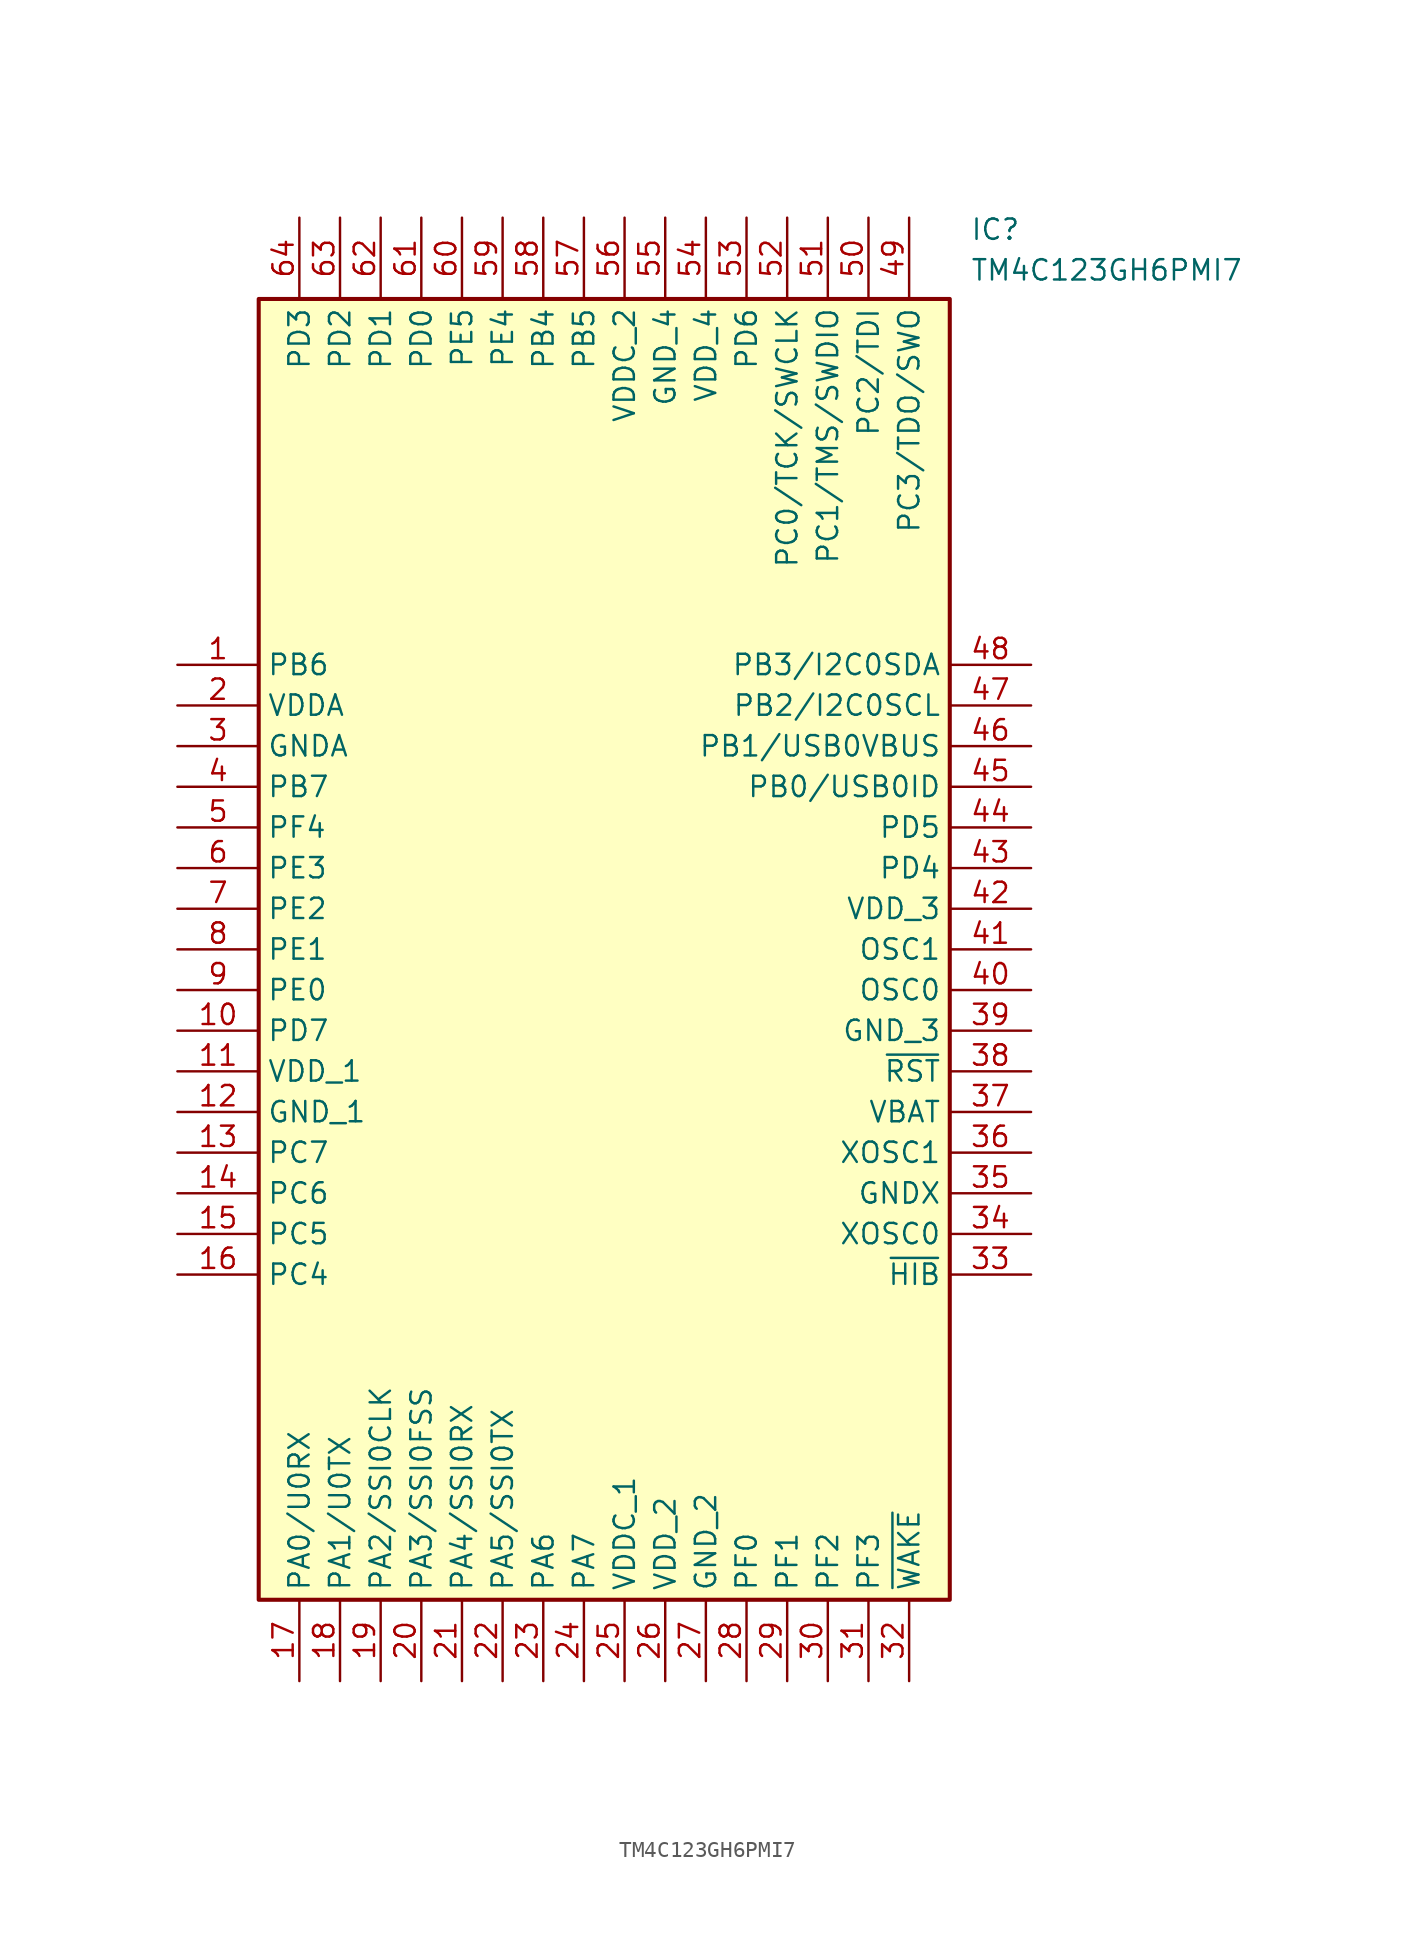
<source format=kicad_sym>
(kicad_symbol_lib
  (version 20211014)
  (generator SamacSys_ECAD_Model)
  (symbol "TM4C123GH6PMI7"
    (property "Reference" "IC"
      (at 49.53 27.94 0)
      (effects (font (size 1.27 1.27)) (justify left top)))
    (property "Value" "TM4C123GH6PMI7"
      (at 49.53 25.4 0)
      (effects (font (size 1.27 1.27)) (justify left top)))
    (rectangle
      (start 5.08 22.86)
      (end 48.26 -58.42)
      (stroke (width 0.254) (type default))
      (fill (type background)))
    (pin passive line
      (at 0 0 0)
      (length 5.08)
      (name "PB6" (effects (font (size 1.27 1.27))))
      (number "1" (effects (font (size 1.27 1.27)))))
    (pin passive line
      (at 0 -2.54 0)
      (length 5.08)
      (name "VDDA" (effects (font (size 1.27 1.27))))
      (number "2" (effects (font (size 1.27 1.27)))))
    (pin passive line
      (at 0 -5.08 0)
      (length 5.08)
      (name "GNDA" (effects (font (size 1.27 1.27))))
      (number "3" (effects (font (size 1.27 1.27)))))
    (pin passive line
      (at 0 -7.62 0)
      (length 5.08)
      (name "PB7" (effects (font (size 1.27 1.27))))
      (number "4" (effects (font (size 1.27 1.27)))))
    (pin passive line
      (at 0 -10.16 0)
      (length 5.08)
      (name "PF4" (effects (font (size 1.27 1.27))))
      (number "5" (effects (font (size 1.27 1.27)))))
    (pin passive line
      (at 0 -12.7 0)
      (length 5.08)
      (name "PE3" (effects (font (size 1.27 1.27))))
      (number "6" (effects (font (size 1.27 1.27)))))
    (pin passive line
      (at 0 -15.24 0)
      (length 5.08)
      (name "PE2" (effects (font (size 1.27 1.27))))
      (number "7" (effects (font (size 1.27 1.27)))))
    (pin passive line
      (at 0 -17.78 0)
      (length 5.08)
      (name "PE1" (effects (font (size 1.27 1.27))))
      (number "8" (effects (font (size 1.27 1.27)))))
    (pin passive line
      (at 0 -20.32 0)
      (length 5.08)
      (name "PE0" (effects (font (size 1.27 1.27))))
      (number "9" (effects (font (size 1.27 1.27)))))
    (pin passive line
      (at 0 -22.86 0)
      (length 5.08)
      (name "PD7" (effects (font (size 1.27 1.27))))
      (number "10" (effects (font (size 1.27 1.27)))))
    (pin passive line
      (at 0 -25.4 0)
      (length 5.08)
      (name "VDD_1" (effects (font (size 1.27 1.27))))
      (number "11" (effects (font (size 1.27 1.27)))))
    (pin passive line
      (at 0 -27.94 0)
      (length 5.08)
      (name "GND_1" (effects (font (size 1.27 1.27))))
      (number "12" (effects (font (size 1.27 1.27)))))
    (pin passive line
      (at 0 -30.48 0)
      (length 5.08)
      (name "PC7" (effects (font (size 1.27 1.27))))
      (number "13" (effects (font (size 1.27 1.27)))))
    (pin passive line
      (at 0 -33.02 0)
      (length 5.08)
      (name "PC6" (effects (font (size 1.27 1.27))))
      (number "14" (effects (font (size 1.27 1.27)))))
    (pin passive line
      (at 0 -35.56 0)
      (length 5.08)
      (name "PC5" (effects (font (size 1.27 1.27))))
      (number "15" (effects (font (size 1.27 1.27)))))
    (pin passive line
      (at 0 -38.1 0)
      (length 5.08)
      (name "PC4" (effects (font (size 1.27 1.27))))
      (number "16" (effects (font (size 1.27 1.27)))))
    (pin passive line
      (at 7.62 -63.5 90)
      (length 5.08)
      (name "PA0/U0RX" (effects (font (size 1.27 1.27))))
      (number "17" (effects (font (size 1.27 1.27)))))
    (pin passive line
      (at 10.16 -63.5 90)
      (length 5.08)
      (name "PA1/U0TX" (effects (font (size 1.27 1.27))))
      (number "18" (effects (font (size 1.27 1.27)))))
    (pin passive line
      (at 12.7 -63.5 90)
      (length 5.08)
      (name "PA2/SSI0CLK" (effects (font (size 1.27 1.27))))
      (number "19" (effects (font (size 1.27 1.27)))))
    (pin passive line
      (at 15.24 -63.5 90)
      (length 5.08)
      (name "PA3/SSI0FSS" (effects (font (size 1.27 1.27))))
      (number "20" (effects (font (size 1.27 1.27)))))
    (pin passive line
      (at 17.78 -63.5 90)
      (length 5.08)
      (name "PA4/SSI0RX" (effects (font (size 1.27 1.27))))
      (number "21" (effects (font (size 1.27 1.27)))))
    (pin passive line
      (at 20.32 -63.5 90)
      (length 5.08)
      (name "PA5/SSI0TX" (effects (font (size 1.27 1.27))))
      (number "22" (effects (font (size 1.27 1.27)))))
    (pin passive line
      (at 22.86 -63.5 90)
      (length 5.08)
      (name "PA6" (effects (font (size 1.27 1.27))))
      (number "23" (effects (font (size 1.27 1.27)))))
    (pin passive line
      (at 25.4 -63.5 90)
      (length 5.08)
      (name "PA7" (effects (font (size 1.27 1.27))))
      (number "24" (effects (font (size 1.27 1.27)))))
    (pin passive line
      (at 27.94 -63.5 90)
      (length 5.08)
      (name "VDDC_1" (effects (font (size 1.27 1.27))))
      (number "25" (effects (font (size 1.27 1.27)))))
    (pin passive line
      (at 30.48 -63.5 90)
      (length 5.08)
      (name "VDD_2" (effects (font (size 1.27 1.27))))
      (number "26" (effects (font (size 1.27 1.27)))))
    (pin passive line
      (at 33.02 -63.5 90)
      (length 5.08)
      (name "GND_2" (effects (font (size 1.27 1.27))))
      (number "27" (effects (font (size 1.27 1.27)))))
    (pin passive line
      (at 35.56 -63.5 90)
      (length 5.08)
      (name "PF0" (effects (font (size 1.27 1.27))))
      (number "28" (effects (font (size 1.27 1.27)))))
    (pin passive line
      (at 38.1 -63.5 90)
      (length 5.08)
      (name "PF1" (effects (font (size 1.27 1.27))))
      (number "29" (effects (font (size 1.27 1.27)))))
    (pin passive line
      (at 40.64 -63.5 90)
      (length 5.08)
      (name "PF2" (effects (font (size 1.27 1.27))))
      (number "30" (effects (font (size 1.27 1.27)))))
    (pin passive line
      (at 43.18 -63.5 90)
      (length 5.08)
      (name "PF3" (effects (font (size 1.27 1.27))))
      (number "31" (effects (font (size 1.27 1.27)))))
    (pin passive line
      (at 45.72 -63.5 90)
      (length 5.08)
      (name "~{WAKE}" (effects (font (size 1.27 1.27))))
      (number "32" (effects (font (size 1.27 1.27)))))
    (pin passive line
      (at 53.34 0 180)
      (length 5.08)
      (name "PB3/I2C0SDA" (effects (font (size 1.27 1.27))))
      (number "48" (effects (font (size 1.27 1.27)))))
    (pin passive line
      (at 53.34 -2.54 180)
      (length 5.08)
      (name "PB2/I2C0SCL" (effects (font (size 1.27 1.27))))
      (number "47" (effects (font (size 1.27 1.27)))))
    (pin passive line
      (at 53.34 -5.08 180)
      (length 5.08)
      (name "PB1/USB0VBUS" (effects (font (size 1.27 1.27))))
      (number "46" (effects (font (size 1.27 1.27)))))
    (pin passive line
      (at 53.34 -7.62 180)
      (length 5.08)
      (name "PB0/USB0ID" (effects (font (size 1.27 1.27))))
      (number "45" (effects (font (size 1.27 1.27)))))
    (pin passive line
      (at 53.34 -10.16 180)
      (length 5.08)
      (name "PD5" (effects (font (size 1.27 1.27))))
      (number "44" (effects (font (size 1.27 1.27)))))
    (pin passive line
      (at 53.34 -12.7 180)
      (length 5.08)
      (name "PD4" (effects (font (size 1.27 1.27))))
      (number "43" (effects (font (size 1.27 1.27)))))
    (pin passive line
      (at 53.34 -15.24 180)
      (length 5.08)
      (name "VDD_3" (effects (font (size 1.27 1.27))))
      (number "42" (effects (font (size 1.27 1.27)))))
    (pin passive line
      (at 53.34 -17.78 180)
      (length 5.08)
      (name "OSC1" (effects (font (size 1.27 1.27))))
      (number "41" (effects (font (size 1.27 1.27)))))
    (pin passive line
      (at 53.34 -20.32 180)
      (length 5.08)
      (name "OSC0" (effects (font (size 1.27 1.27))))
      (number "40" (effects (font (size 1.27 1.27)))))
    (pin passive line
      (at 53.34 -22.86 180)
      (length 5.08)
      (name "GND_3" (effects (font (size 1.27 1.27))))
      (number "39" (effects (font (size 1.27 1.27)))))
    (pin passive line
      (at 53.34 -25.4 180)
      (length 5.08)
      (name "~{RST}" (effects (font (size 1.27 1.27))))
      (number "38" (effects (font (size 1.27 1.27)))))
    (pin passive line
      (at 53.34 -27.94 180)
      (length 5.08)
      (name "VBAT" (effects (font (size 1.27 1.27))))
      (number "37" (effects (font (size 1.27 1.27)))))
    (pin passive line
      (at 53.34 -30.48 180)
      (length 5.08)
      (name "XOSC1" (effects (font (size 1.27 1.27))))
      (number "36" (effects (font (size 1.27 1.27)))))
    (pin passive line
      (at 53.34 -33.02 180)
      (length 5.08)
      (name "GNDX" (effects (font (size 1.27 1.27))))
      (number "35" (effects (font (size 1.27 1.27)))))
    (pin passive line
      (at 53.34 -35.56 180)
      (length 5.08)
      (name "XOSC0" (effects (font (size 1.27 1.27))))
      (number "34" (effects (font (size 1.27 1.27)))))
    (pin passive line
      (at 53.34 -38.1 180)
      (length 5.08)
      (name "~{HIB}" (effects (font (size 1.27 1.27))))
      (number "33" (effects (font (size 1.27 1.27)))))
    (pin passive line
      (at 7.62 27.94 270)
      (length 5.08)
      (name "PD3" (effects (font (size 1.27 1.27))))
      (number "64" (effects (font (size 1.27 1.27)))))
    (pin passive line
      (at 10.16 27.94 270)
      (length 5.08)
      (name "PD2" (effects (font (size 1.27 1.27))))
      (number "63" (effects (font (size 1.27 1.27)))))
    (pin passive line
      (at 12.7 27.94 270)
      (length 5.08)
      (name "PD1" (effects (font (size 1.27 1.27))))
      (number "62" (effects (font (size 1.27 1.27)))))
    (pin passive line
      (at 15.24 27.94 270)
      (length 5.08)
      (name "PD0" (effects (font (size 1.27 1.27))))
      (number "61" (effects (font (size 1.27 1.27)))))
    (pin passive line
      (at 17.78 27.94 270)
      (length 5.08)
      (name "PE5" (effects (font (size 1.27 1.27))))
      (number "60" (effects (font (size 1.27 1.27)))))
    (pin passive line
      (at 20.32 27.94 270)
      (length 5.08)
      (name "PE4" (effects (font (size 1.27 1.27))))
      (number "59" (effects (font (size 1.27 1.27)))))
    (pin passive line
      (at 22.86 27.94 270)
      (length 5.08)
      (name "PB4" (effects (font (size 1.27 1.27))))
      (number "58" (effects (font (size 1.27 1.27)))))
    (pin passive line
      (at 25.4 27.94 270)
      (length 5.08)
      (name "PB5" (effects (font (size 1.27 1.27))))
      (number "57" (effects (font (size 1.27 1.27)))))
    (pin passive line
      (at 27.94 27.94 270)
      (length 5.08)
      (name "VDDC_2" (effects (font (size 1.27 1.27))))
      (number "56" (effects (font (size 1.27 1.27)))))
    (pin passive line
      (at 30.48 27.94 270)
      (length 5.08)
      (name "GND_4" (effects (font (size 1.27 1.27))))
      (number "55" (effects (font (size 1.27 1.27)))))
    (pin passive line
      (at 33.02 27.94 270)
      (length 5.08)
      (name "VDD_4" (effects (font (size 1.27 1.27))))
      (number "54" (effects (font (size 1.27 1.27)))))
    (pin passive line
      (at 35.56 27.94 270)
      (length 5.08)
      (name "PD6" (effects (font (size 1.27 1.27))))
      (number "53" (effects (font (size 1.27 1.27)))))
    (pin passive line
      (at 38.1 27.94 270)
      (length 5.08)
      (name "PC0/TCK/SWCLK" (effects (font (size 1.27 1.27))))
      (number "52" (effects (font (size 1.27 1.27)))))
    (pin passive line
      (at 40.64 27.94 270)
      (length 5.08)
      (name "PC1/TMS/SWDIO" (effects (font (size 1.27 1.27))))
      (number "51" (effects (font (size 1.27 1.27)))))
    (pin passive line
      (at 43.18 27.94 270)
      (length 5.08)
      (name "PC2/TDI" (effects (font (size 1.27 1.27))))
      (number "50" (effects (font (size 1.27 1.27)))))
    (pin passive line
      (at 45.72 27.94 270)
      (length 5.08)
      (name "PC3/TDO/SWO" (effects (font (size 1.27 1.27))))
      (number "49" (effects (font (size 1.27 1.27)))))))
</source>
